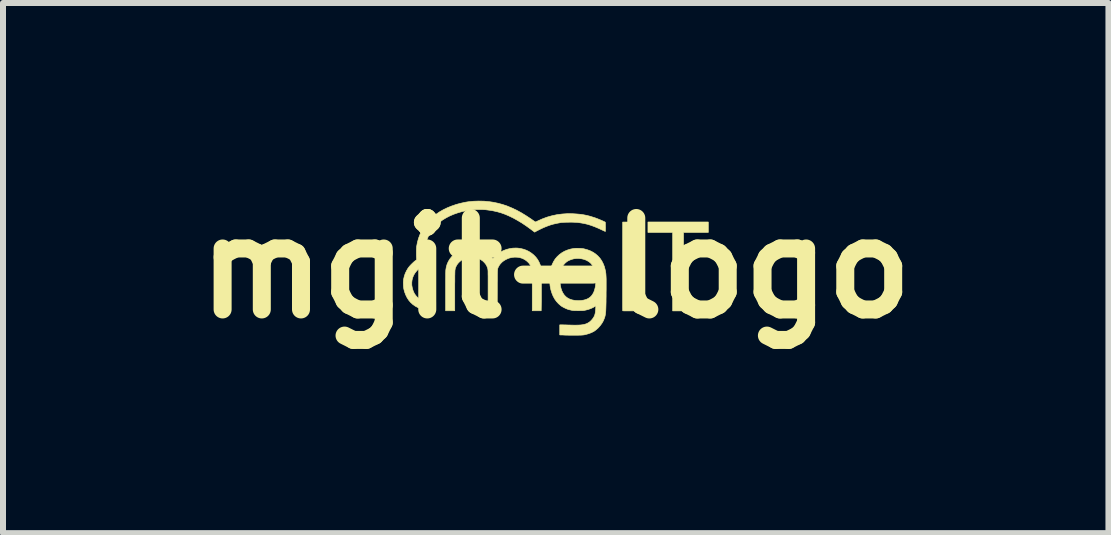
<source format=kicad_pcb>
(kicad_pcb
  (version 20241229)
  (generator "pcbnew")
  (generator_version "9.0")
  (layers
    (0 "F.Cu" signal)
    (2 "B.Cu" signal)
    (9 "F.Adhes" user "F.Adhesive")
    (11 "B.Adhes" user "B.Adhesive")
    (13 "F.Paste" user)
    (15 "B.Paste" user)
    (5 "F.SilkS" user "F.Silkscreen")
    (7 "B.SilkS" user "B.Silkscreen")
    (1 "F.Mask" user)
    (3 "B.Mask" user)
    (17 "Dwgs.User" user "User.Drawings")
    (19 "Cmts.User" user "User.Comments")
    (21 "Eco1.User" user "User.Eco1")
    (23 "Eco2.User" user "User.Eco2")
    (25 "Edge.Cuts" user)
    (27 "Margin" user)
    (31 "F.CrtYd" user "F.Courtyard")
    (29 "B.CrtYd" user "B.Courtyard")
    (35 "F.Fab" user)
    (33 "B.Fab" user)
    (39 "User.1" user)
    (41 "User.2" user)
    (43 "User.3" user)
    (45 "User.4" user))
  (footprint "mgit-logo"
    (layer "F.Cu")
    (at 6.212 1.418)
    (property "Reference" "mgit-logo" (at 0 0 0) (layer "F.SilkS") (effects (font (size 1.524 1.524) (thickness 0.3))))
    (attr through_hole)
    (fp_poly (pts (xy 2.543 -0.594) (xy 2.13 -0.594) (xy 2.13 0.714) (xy 1.949 0.714) (xy 1.949 -0.594) (xy 1.537 -0.594) (xy 1.537 -0.768) (xy 2.543 -0.768) (xy 2.543 -0.594)) (stroke (width 0.01) (type solid)) (fill yes) (layer "F.SilkS"))
    (fp_poly (pts (xy 1.307 -0.028) (xy 1.307 0.713) (xy 1.212 0.714) (xy 1.184 0.714) (xy 1.161 0.714) (xy 1.144 0.714) (xy 1.131 0.713) (xy 1.123 0.713) (xy 1.118 0.712) (xy 1.116 0.711) (xy 1.116 0.71) (xy 1.116 0.707) (xy 1.116 0.697) (xy 1.116 0.682) (xy 1.115 0.661) (xy 1.115 0.635) (xy 1.115 0.604) (xy 1.115 0.568) (xy 1.115 0.528) (xy 1.115 0.484) (xy 1.115 0.436) (xy 1.115 0.385) (xy 1.115 0.33) (xy 1.115 0.272) (xy 1.115 0.211) (xy 1.115 0.149) (xy 1.115 0.084) (xy 1.115 0.017) (xy 1.115 -0.03) (xy 1.116 -0.767) (xy 1.212 -0.768) (xy 1.308 -0.768) (xy 1.307 -0.028)) (stroke (width 0.01) (type solid)) (fill yes) (layer "F.SilkS"))
    (fp_poly (pts (xy -1.342 -0.331) (xy -1.29 -0.321) (xy -1.272 -0.316) (xy -1.249 -0.308) (xy -1.223 -0.297) (xy -1.196 -0.285) (xy -1.171 -0.271) (xy -1.148 -0.257) (xy -1.141 -0.253) (xy -1.123 -0.238) (xy -1.103 -0.221) (xy -1.084 -0.203) (xy -1.067 -0.185) (xy -1.058 -0.174) (xy -1.047 -0.159) (xy -1.031 -0.177) (xy -0.997 -0.212) (xy -0.958 -0.243) (xy -0.915 -0.27) (xy -0.868 -0.293) (xy -0.82 -0.311) (xy -0.769 -0.324) (xy -0.717 -0.332) (xy -0.665 -0.334) (xy -0.635 -0.333) (xy -0.584 -0.326) (xy -0.535 -0.314) (xy -0.488 -0.297) (xy -0.444 -0.275) (xy -0.403 -0.248) (xy -0.366 -0.218) (xy -0.332 -0.183) (xy -0.303 -0.145) (xy -0.279 -0.103) (xy -0.26 -0.059) (xy -0.258 -0.051) (xy -0.254 -0.041) (xy -0.252 -0.032) (xy -0.249 -0.023) (xy -0.247 -0.015) (xy -0.245 -0.006) (xy -0.244 0.004) (xy -0.243 0.016) (xy -0.242 0.03) (xy -0.241 0.046) (xy -0.241 0.065) (xy -0.24 0.088) (xy -0.24 0.116) (xy -0.239 0.148) (xy -0.239 0.185) (xy -0.239 0.228) (xy -0.239 0.235) (xy -0.239 0.276) (xy -0.239 0.319) (xy -0.239 0.363) (xy -0.239 0.406) (xy -0.239 0.448) (xy -0.239 0.488) (xy -0.239 0.524) (xy -0.239 0.556) (xy -0.24 0.582) (xy -0.24 0.583) (xy -0.242 0.711) (xy -0.391 0.711) (xy -0.391 0.38) (xy -0.391 0.325) (xy -0.391 0.275) (xy -0.391 0.232) (xy -0.391 0.193) (xy -0.391 0.16) (xy -0.391 0.131) (xy -0.391 0.105) (xy -0.392 0.084) (xy -0.392 0.066) (xy -0.393 0.05) (xy -0.394 0.037) (xy -0.395 0.027) (xy -0.396 0.018) (xy -0.398 0.01) (xy -0.4 0.003) (xy -0.402 -0.003) (xy -0.404 -0.009) (xy -0.406 -0.015) (xy -0.407 -0.018) (xy -0.424 -0.05) (xy -0.446 -0.081) (xy -0.46 -0.096) (xy -0.491 -0.124) (xy -0.525 -0.146) (xy -0.561 -0.163) (xy -0.601 -0.175) (xy -0.642 -0.181) (xy -0.684 -0.182) (xy -0.727 -0.178) (xy -0.77 -0.168) (xy -0.796 -0.159) (xy -0.832 -0.142) (xy -0.866 -0.122) (xy -0.896 -0.098) (xy -0.922 -0.071) (xy -0.943 -0.042) (xy -0.951 -0.027) (xy -0.955 -0.02) (xy -0.958 -0.014) (xy -0.96 -0.009) (xy -0.963 -0.003) (xy -0.965 0.002) (xy -0.966 0.009) (xy -0.968 0.017) (xy -0.969 0.026) (xy -0.97 0.037) (xy -0.971 0.051) (xy -0.972 0.067) (xy -0.972 0.086) (xy -0.973 0.109) (xy -0.973 0.135) (xy -0.973 0.166) (xy -0.973 0.201) (xy -0.974 0.242) (xy -0.974 0.287) (xy -0.974 0.339) (xy -0.974 0.371) (xy -0.975 0.711) (xy -1.127 0.711) (xy -1.127 0.372) (xy -1.127 0.318) (xy -1.127 0.27) (xy -1.127 0.228) (xy -1.127 0.191) (xy -1.127 0.159) (xy -1.127 0.131) (xy -1.128 0.107) (xy -1.128 0.087) (xy -1.128 0.07) (xy -1.128 0.056) (xy -1.129 0.045) (xy -1.129 0.036) (xy -1.13 0.029) (xy -1.131 0.023) (xy -1.131 0.018) (xy -1.132 0.013) (xy -1.133 0.009) (xy -1.133 0.008) (xy -1.146 -0.028) (xy -1.164 -0.061) (xy -1.187 -0.09) (xy -1.215 -0.117) (xy -1.248 -0.14) (xy -1.268 -0.151) (xy -1.292 -0.161) (xy -1.312 -0.169) (xy -1.332 -0.175) (xy -1.353 -0.179) (xy -1.372 -0.181) (xy -1.415 -0.183) (xy -1.457 -0.178) (xy -1.497 -0.168) (xy -1.535 -0.153) (xy -1.57 -0.132) (xy -1.603 -0.105) (xy -1.608 -0.1) (xy -1.628 -0.079) (xy -1.643 -0.059) (xy -1.655 -0.039) (xy -1.666 -0.016) (xy -1.666 -0.015) (xy -1.669 -0.009) (xy -1.671 -0.003) (xy -1.673 0.003) (xy -1.675 0.01) (xy -1.676 0.017) (xy -1.677 0.026) (xy -1.679 0.036) (xy -1.68 0.049) (xy -1.68 0.064) (xy -1.681 0.081) (xy -1.681 0.102) (xy -1.682 0.126) (xy -1.682 0.154) (xy -1.682 0.187) (xy -1.682 0.224) (xy -1.683 0.266) (xy -1.683 0.314) (xy -1.683 0.368) (xy -1.683 0.382) (xy -1.683 0.711) (xy -1.835 0.711) (xy -1.835 0.388) (xy -1.835 0.332) (xy -1.835 0.279) (xy -1.835 0.231) (xy -1.835 0.188) (xy -1.834 0.149) (xy -1.834 0.115) (xy -1.834 0.087) (xy -1.833 0.063) (xy -1.833 0.046) (xy -1.832 0.035) (xy -1.832 0.032) (xy -1.824 -0.017) (xy -1.81 -0.065) (xy -1.79 -0.11) (xy -1.764 -0.152) (xy -1.734 -0.19) (xy -1.698 -0.226) (xy -1.685 -0.237) (xy -1.642 -0.267) (xy -1.597 -0.292) (xy -1.549 -0.311) (xy -1.499 -0.324) (xy -1.447 -0.332) (xy -1.395 -0.334) (xy -1.342 -0.331)) (stroke (width 0.01) (type solid)) (fill yes) (layer "F.SilkS"))
    (fp_poly (pts (xy 0.385 -0.329) (xy 0.417 -0.328) (xy 0.447 -0.325) (xy 0.471 -0.321) (xy 0.526 -0.306) (xy 0.577 -0.287) (xy 0.624 -0.263) (xy 0.666 -0.234) (xy 0.704 -0.201) (xy 0.738 -0.163) (xy 0.767 -0.121) (xy 0.791 -0.074) (xy 0.811 -0.024) (xy 0.825 0.031) (xy 0.827 0.04) (xy 0.83 0.053) (xy 0.832 0.066) (xy 0.834 0.079) (xy 0.836 0.093) (xy 0.837 0.107) (xy 0.838 0.123) (xy 0.839 0.14) (xy 0.84 0.16) (xy 0.841 0.183) (xy 0.841 0.209) (xy 0.841 0.239) (xy 0.841 0.273) (xy 0.841 0.312) (xy 0.841 0.357) (xy 0.84 0.407) (xy 0.84 0.414) (xy 0.84 0.47) (xy 0.839 0.519) (xy 0.839 0.563) (xy 0.838 0.602) (xy 0.837 0.636) (xy 0.836 0.667) (xy 0.835 0.693) (xy 0.834 0.716) (xy 0.832 0.736) (xy 0.83 0.754) (xy 0.828 0.77) (xy 0.825 0.785) (xy 0.823 0.798) (xy 0.819 0.811) (xy 0.816 0.823) (xy 0.812 0.833) (xy 0.795 0.876) (xy 0.772 0.917) (xy 0.744 0.956) (xy 0.712 0.993) (xy 0.676 1.026) (xy 0.647 1.048) (xy 0.617 1.065) (xy 0.582 1.081) (xy 0.543 1.095) (xy 0.503 1.106) (xy 0.478 1.112) (xy 0.467 1.114) (xy 0.457 1.115) (xy 0.445 1.116) (xy 0.431 1.117) (xy 0.415 1.118) (xy 0.395 1.118) (xy 0.371 1.119) (xy 0.341 1.119) (xy 0.337 1.119) (xy 0.308 1.119) (xy 0.278 1.119) (xy 0.249 1.119) (xy 0.222 1.119) (xy 0.198 1.118) (xy 0.178 1.118) (xy 0.173 1.118) (xy 0.152 1.117) (xy 0.132 1.116) (xy 0.114 1.115) (xy 0.099 1.115) (xy 0.091 1.115) (xy 0.067 1.114) (xy 0.067 0.946) (xy 0.106 0.946) (xy 0.119 0.946) (xy 0.137 0.947) (xy 0.159 0.947) (xy 0.184 0.948) (xy 0.211 0.949) (xy 0.238 0.949) (xy 0.247 0.95) (xy 0.298 0.951) (xy 0.343 0.951) (xy 0.383 0.95) (xy 0.418 0.948) (xy 0.449 0.944) (xy 0.477 0.938) (xy 0.502 0.931) (xy 0.524 0.922) (xy 0.544 0.911) (xy 0.564 0.898) (xy 0.58 0.884) (xy 0.595 0.869) (xy 0.611 0.851) (xy 0.625 0.831) (xy 0.637 0.812) (xy 0.643 0.801) (xy 0.651 0.78) (xy 0.658 0.752) (xy 0.663 0.72) (xy 0.666 0.682) (xy 0.666 0.678) (xy 0.667 0.661) (xy 0.668 0.647) (xy 0.668 0.636) (xy 0.668 0.63) (xy 0.668 0.629) (xy 0.666 0.631) (xy 0.659 0.634) (xy 0.651 0.64) (xy 0.619 0.659) (xy 0.583 0.675) (xy 0.544 0.689) (xy 0.501 0.7) (xy 0.491 0.702) (xy 0.479 0.705) (xy 0.467 0.707) (xy 0.456 0.708) (xy 0.442 0.709) (xy 0.426 0.709) (xy 0.407 0.709) (xy 0.382 0.71) (xy 0.378 0.71) (xy 0.348 0.709) (xy 0.323 0.709) (xy 0.301 0.708) (xy 0.282 0.706) (xy 0.265 0.703) (xy 0.247 0.699) (xy 0.227 0.694) (xy 0.214 0.691) (xy 0.191 0.683) (xy 0.165 0.672) (xy 0.138 0.659) (xy 0.112 0.645) (xy 0.09 0.631) (xy 0.084 0.626) (xy 0.046 0.593) (xy 0.012 0.556) (xy -0.018 0.514) (xy -0.043 0.468) (xy -0.064 0.417) (xy -0.081 0.362) (xy -0.093 0.302) (xy -0.094 0.295) (xy -0.096 0.273) (xy -0.098 0.247) (xy -0.1 0.219) (xy -0.101 0.189) (xy -0.101 0.176) (xy 0.069 0.176) (xy 0.071 0.234) (xy 0.077 0.286) (xy 0.087 0.334) (xy 0.101 0.377) (xy 0.119 0.414) (xy 0.141 0.447) (xy 0.167 0.475) (xy 0.197 0.498) (xy 0.231 0.516) (xy 0.269 0.529) (xy 0.272 0.53) (xy 0.319 0.539) (xy 0.367 0.542) (xy 0.418 0.541) (xy 0.427 0.54) (xy 0.47 0.533) (xy 0.508 0.522) (xy 0.541 0.507) (xy 0.57 0.488) (xy 0.595 0.464) (xy 0.616 0.435) (xy 0.634 0.402) (xy 0.648 0.363) (xy 0.659 0.319) (xy 0.661 0.308) (xy 0.664 0.286) (xy 0.666 0.26) (xy 0.668 0.231) (xy 0.669 0.201) (xy 0.67 0.171) (xy 0.669 0.143) (xy 0.668 0.12) (xy 0.667 0.112) (xy 0.659 0.065) (xy 0.647 0.022) (xy 0.63 -0.016) (xy 0.609 -0.05) (xy 0.584 -0.08) (xy 0.555 -0.105) (xy 0.548 -0.109) (xy 0.512 -0.13) (xy 0.473 -0.145) (xy 0.431 -0.155) (xy 0.388 -0.16) (xy 0.345 -0.16) (xy 0.303 -0.155) (xy 0.261 -0.144) (xy 0.227 -0.13) (xy 0.206 -0.12) (xy 0.188 -0.109) (xy 0.172 -0.096) (xy 0.155 -0.081) (xy 0.155 -0.081) (xy 0.131 -0.054) (xy 0.111 -0.024) (xy 0.095 0.008) (xy 0.083 0.045) (xy 0.075 0.085) (xy 0.07 0.13) (xy 0.069 0.176) (xy -0.101 0.176) (xy -0.101 0.16) (xy -0.101 0.133) (xy -0.099 0.11) (xy -0.099 0.101) (xy -0.09 0.042) (xy -0.077 -0.013) (xy -0.058 -0.063) (xy -0.035 -0.11) (xy -0.008 -0.153) (xy 0.022 -0.188) (xy 0.06 -0.224) (xy 0.102 -0.255) (xy 0.147 -0.281) (xy 0.196 -0.301) (xy 0.248 -0.317) (xy 0.296 -0.326) (xy 0.323 -0.329) (xy 0.353 -0.33) (xy 0.385 -0.329)) (stroke (width 0.01) (type solid)) (fill yes) (layer "F.SilkS"))
    (fp_poly (pts (xy -1.193 -1.115) (xy -1.102 -1.106) (xy -1.041 -1.097) (xy -0.964 -1.081) (xy -0.886 -1.06) (xy -0.809 -1.034) (xy -0.732 -1.002) (xy -0.653 -0.965) (xy -0.574 -0.922) (xy -0.494 -0.873) (xy -0.412 -0.819) (xy -0.39 -0.803) (xy -0.375 -0.793) (xy -0.362 -0.783) (xy -0.35 -0.776) (xy -0.343 -0.771) (xy -0.339 -0.769) (xy -0.335 -0.77) (xy -0.326 -0.773) (xy -0.314 -0.778) (xy -0.303 -0.784) (xy -0.225 -0.819) (xy -0.145 -0.849) (xy -0.063 -0.872) (xy 0.021 -0.89) (xy 0.107 -0.901) (xy 0.195 -0.907) (xy 0.284 -0.906) (xy 0.299 -0.905) (xy 0.359 -0.901) (xy 0.414 -0.896) (xy 0.466 -0.888) (xy 0.517 -0.878) (xy 0.568 -0.865) (xy 0.62 -0.849) (xy 0.635 -0.844) (xy 0.655 -0.838) (xy 0.677 -0.829) (xy 0.7 -0.821) (xy 0.723 -0.811) (xy 0.746 -0.802) (xy 0.767 -0.793) (xy 0.787 -0.784) (xy 0.803 -0.777) (xy 0.816 -0.77) (xy 0.824 -0.766) (xy 0.826 -0.764) (xy 0.827 -0.76) (xy 0.827 -0.751) (xy 0.828 -0.738) (xy 0.828 -0.722) (xy 0.828 -0.703) (xy 0.829 -0.684) (xy 0.829 -0.666) (xy 0.828 -0.648) (xy 0.828 -0.632) (xy 0.828 -0.62) (xy 0.827 -0.612) (xy 0.827 -0.61) (xy 0.824 -0.611) (xy 0.816 -0.615) (xy 0.804 -0.62) (xy 0.789 -0.627) (xy 0.777 -0.633) (xy 0.712 -0.663) (xy 0.65 -0.689) (xy 0.591 -0.711) (xy 0.533 -0.729) (xy 0.475 -0.743) (xy 0.417 -0.753) (xy 0.358 -0.761) (xy 0.341 -0.762) (xy 0.32 -0.763) (xy 0.295 -0.764) (xy 0.268 -0.765) (xy 0.238 -0.765) (xy 0.207 -0.764) (xy 0.177 -0.764) (xy 0.148 -0.763) (xy 0.122 -0.761) (xy 0.1 -0.76) (xy 0.082 -0.758) (xy 0.079 -0.757) (xy 0.02 -0.746) (xy -0.038 -0.733) (xy -0.093 -0.717) (xy -0.148 -0.697) (xy -0.204 -0.674) (xy -0.261 -0.647) (xy -0.322 -0.616) (xy -0.327 -0.613) (xy -0.351 -0.599) (xy -0.416 -0.648) (xy -0.492 -0.703) (xy -0.565 -0.752) (xy -0.637 -0.795) (xy -0.707 -0.834) (xy -0.775 -0.867) (xy -0.842 -0.896) (xy -0.909 -0.92) (xy -0.975 -0.939) (xy -0.986 -0.941) (xy -1.024 -0.95) (xy -1.063 -0.958) (xy -1.104 -0.964) (xy -1.149 -0.97) (xy -1.175 -0.973) (xy -1.205 -0.975) (xy -1.239 -0.976) (xy -1.274 -0.976) (xy -1.309 -0.976) (xy -1.343 -0.975) (xy -1.373 -0.973) (xy -1.399 -0.971) (xy -1.4 -0.971) (xy -1.479 -0.959) (xy -1.555 -0.943) (xy -1.629 -0.922) (xy -1.698 -0.898) (xy -1.764 -0.87) (xy -1.826 -0.838) (xy -1.884 -0.803) (xy -1.936 -0.764) (xy -1.984 -0.722) (xy -2.005 -0.701) (xy -2.048 -0.651) (xy -2.085 -0.599) (xy -2.116 -0.544) (xy -2.141 -0.487) (xy -2.161 -0.427) (xy -2.174 -0.364) (xy -2.182 -0.305) (xy -2.183 -0.249) (xy -2.18 -0.189) (xy -2.171 -0.126) (xy -2.17 -0.122) (xy -2.167 -0.106) (xy -2.165 -0.092) (xy -2.163 -0.081) (xy -2.162 -0.075) (xy -2.162 -0.074) (xy -2.165 -0.069) (xy -2.173 -0.063) (xy -2.188 -0.054) (xy -2.193 -0.051) (xy -2.239 -0.022) (xy -2.279 0.009) (xy -2.314 0.043) (xy -2.343 0.079) (xy -2.366 0.116) (xy -2.383 0.156) (xy -2.394 0.197) (xy -2.399 0.239) (xy -2.399 0.283) (xy -2.391 0.328) (xy -2.38 0.368) (xy -2.367 0.401) (xy -2.352 0.43) (xy -2.333 0.456) (xy -2.315 0.477) (xy -2.289 0.5) (xy -2.261 0.519) (xy -2.23 0.535) (xy -2.195 0.548) (xy -2.156 0.558) (xy -2.113 0.565) (xy -2.064 0.569) (xy -2.047 0.57) (xy -2 0.572) (xy -2 0.711) (xy -2.041 0.711) (xy -2.06 0.71) (xy -2.079 0.71) (xy -2.097 0.709) (xy -2.109 0.708) (xy -2.133 0.705) (xy -2.16 0.7) (xy -2.188 0.694) (xy -2.215 0.688) (xy -2.239 0.681) (xy -2.246 0.679) (xy -2.296 0.659) (xy -2.342 0.634) (xy -2.383 0.605) (xy -2.419 0.572) (xy -2.451 0.534) (xy -2.478 0.492) (xy -2.501 0.445) (xy -2.52 0.394) (xy -2.531 0.351) (xy -2.535 0.327) (xy -2.538 0.3) (xy -2.539 0.27) (xy -2.54 0.24) (xy -2.538 0.212) (xy -2.536 0.187) (xy -2.535 0.184) (xy -2.524 0.136) (xy -2.508 0.089) (xy -2.486 0.043) (xy -2.461 0.001) (xy -2.452 -0.011) (xy -2.436 -0.031) (xy -2.416 -0.053) (xy -2.395 -0.074) (xy -2.374 -0.094) (xy -2.354 -0.112) (xy -2.342 -0.121) (xy -2.318 -0.138) (xy -2.32 -0.17) (xy -2.321 -0.189) (xy -2.322 -0.212) (xy -2.322 -0.238) (xy -2.322 -0.264) (xy -2.322 -0.29) (xy -2.321 -0.314) (xy -2.32 -0.336) (xy -2.319 -0.353) (xy -2.318 -0.36) (xy -2.305 -0.43) (xy -2.286 -0.498) (xy -2.261 -0.564) (xy -2.231 -0.627) (xy -2.195 -0.687) (xy -2.154 -0.744) (xy -2.107 -0.797) (xy -2.056 -0.847) (xy -2 -0.893) (xy -1.998 -0.894) (xy -1.939 -0.935) (xy -1.875 -0.972) (xy -1.807 -1.005) (xy -1.735 -1.034) (xy -1.66 -1.06) (xy -1.582 -1.081) (xy -1.503 -1.098) (xy -1.459 -1.105) (xy -1.371 -1.114) (xy -1.283 -1.117) (xy -1.193 -1.115)) (stroke (width 0.01) (type solid)) (fill yes) (layer "F.SilkS")))
  (gr_rect
    (start -3 -3)
    (end 15.424 5.836)
    (stroke (width 0.1) (type default))
    (fill no)
    (layer "Edge.Cuts")))
</source>
